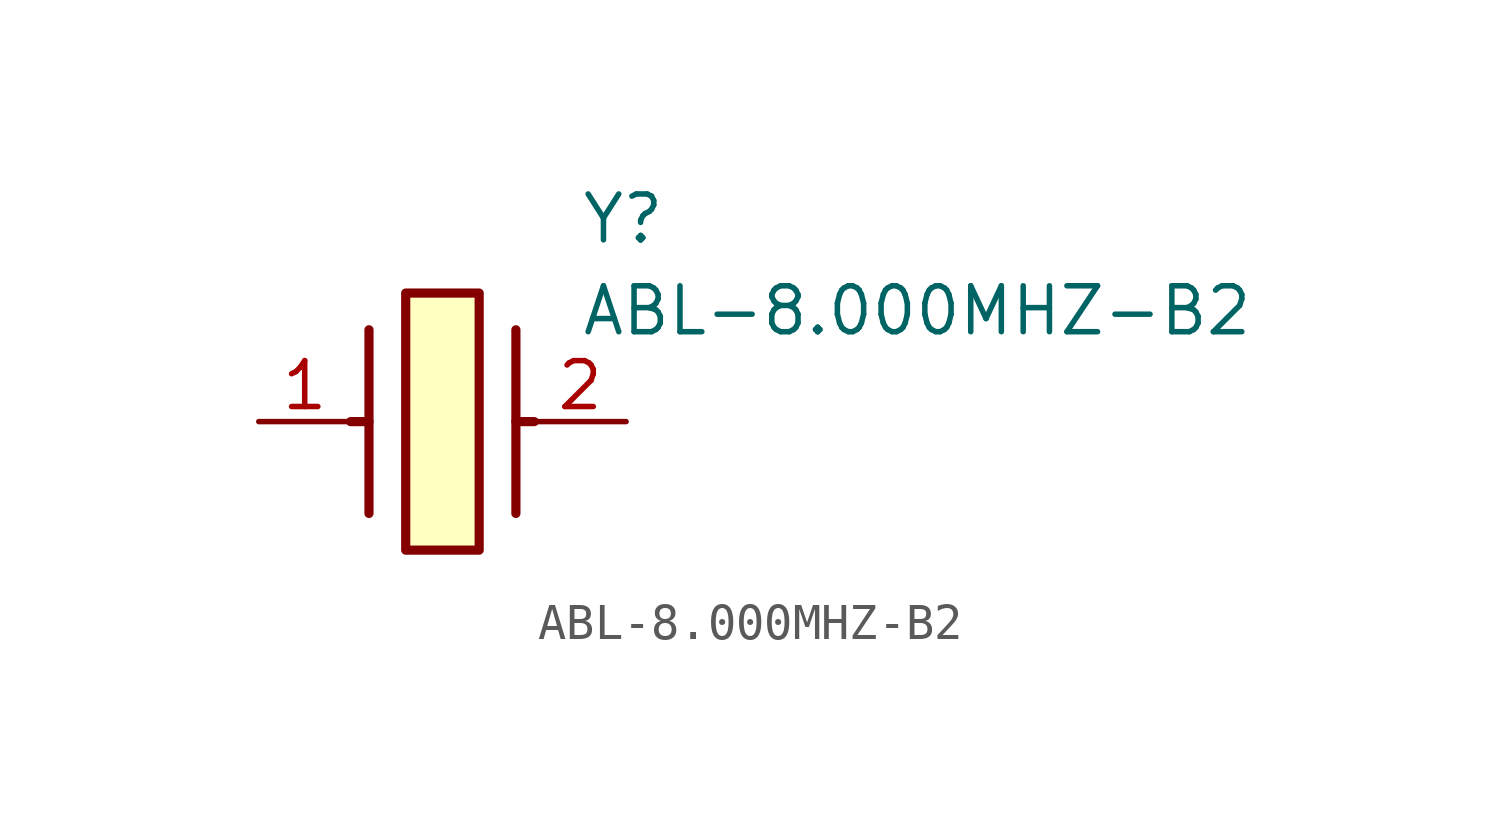
<source format=kicad_sym>
(kicad_symbol_lib
  (version 20211014)
  (generator SamacSys_ECAD_Model)
  (symbol "ABL-8.000MHZ-B2"
    (pin_names hide)
    (property "Reference" "Y"
      (at 8.89 6.35 0)
      (effects (font (size 1.27 1.27)) (justify left top)))
    (property "Value" "ABL-8.000MHZ-B2"
      (at 8.89 3.81 0)
      (effects (font (size 1.27 1.27)) (justify left top)))
    (rectangle
      (start 4.064 3.556)
      (end 6.096 -3.556)
      (stroke (width 0.254) (type default))
      (fill (type background)))
    (polyline
      (pts (xy 3.048 2.54) (xy 3.048 -2.54))
      (stroke (width 0.254) (type default))
      (fill (type none)))
    (polyline
      (pts (xy 7.112 2.54) (xy 7.112 -2.54))
      (stroke (width 0.254) (type default))
      (fill (type none)))
    (polyline
      (pts (xy 7.112 0) (xy 7.62 0))
      (stroke (width 0.254) (type default))
      (fill (type none)))
    (polyline
      (pts (xy 3.048 0) (xy 2.54 0))
      (stroke (width 0.254) (type default))
      (fill (type none)))
    (pin passive line
      (at 0 0 0)
      (length 2.54)
      (name "1" (effects (font (size 1.27 1.27))))
      (number "1" (effects (font (size 1.27 1.27)))))
    (pin passive line
      (at 10.16 0 180)
      (length 2.54)
      (name "2" (effects (font (size 1.27 1.27))))
      (number "2" (effects (font (size 1.27 1.27)))))))
</source>
